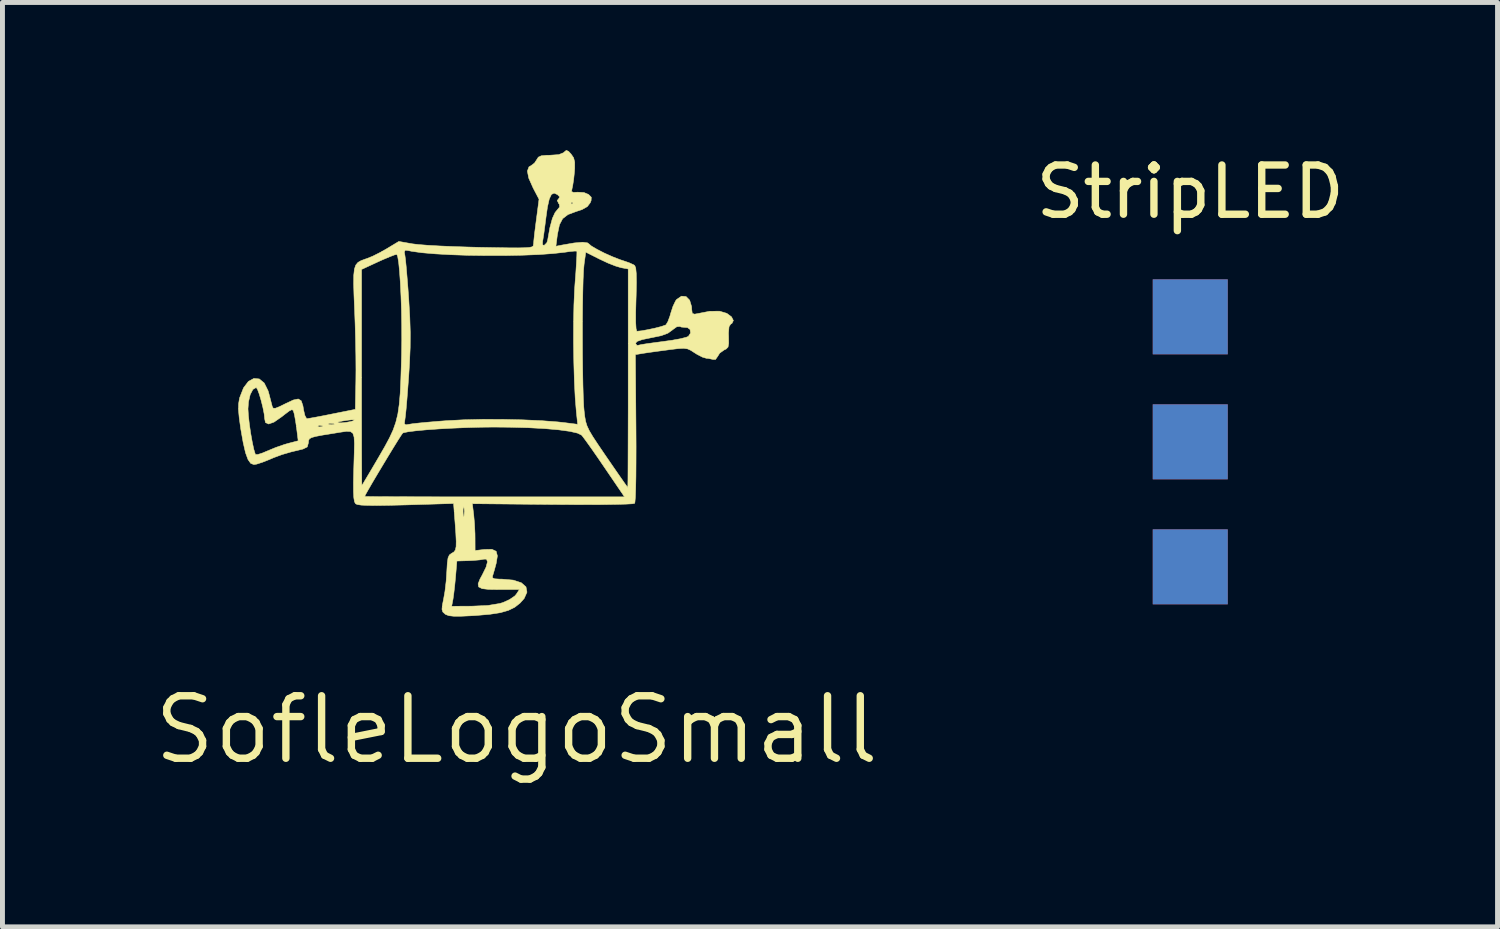
<source format=kicad_pcb>
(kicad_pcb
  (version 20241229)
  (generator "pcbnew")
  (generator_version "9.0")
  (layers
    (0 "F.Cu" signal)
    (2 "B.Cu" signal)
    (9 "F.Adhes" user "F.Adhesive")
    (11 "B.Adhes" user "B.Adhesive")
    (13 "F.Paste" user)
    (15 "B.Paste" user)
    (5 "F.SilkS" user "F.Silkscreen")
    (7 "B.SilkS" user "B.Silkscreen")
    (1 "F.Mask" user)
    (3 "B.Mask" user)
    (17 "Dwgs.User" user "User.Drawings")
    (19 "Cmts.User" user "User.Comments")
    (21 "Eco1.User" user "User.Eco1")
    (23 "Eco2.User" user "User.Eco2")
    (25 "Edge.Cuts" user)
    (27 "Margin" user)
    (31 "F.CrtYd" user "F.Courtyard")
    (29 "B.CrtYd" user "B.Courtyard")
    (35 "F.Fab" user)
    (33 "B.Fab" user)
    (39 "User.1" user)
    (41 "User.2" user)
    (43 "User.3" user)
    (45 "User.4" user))
  (footprint "StripLED"
    (layer "F.Cu")
    (at 21.136 3.388)
    (property "Reference" "StripLED" (at 0 -2.54 0) (layer "F.SilkS") (effects (font (size 1 1) (thickness 0.15))))
    (attr through_hole)
    (pad "1" smd rect (at 0 0) (size 1.524 1.524) (layers "F.Cu" "F.Mask" "F.Paste"))
    (pad "1" smd rect (at 0 5.08) (size 1.524 1.524) (layers "B.Cu" "B.Mask" "B.Paste"))
    (pad "2" smd rect (at 0 2.54) (size 1.524 1.524) (layers "F.Cu" "F.Mask" "F.Paste"))
    (pad "2" smd rect (at 0 2.54) (size 1.524 1.524) (layers "B.Cu" "B.Mask" "B.Paste"))
    (pad "3" smd rect (at 0 0) (size 1.524 1.524) (layers "B.Cu" "B.Mask" "B.Paste"))
    (pad "3" smd rect (at 0 5.08) (size 1.524 1.524) (layers "F.Cu" "F.Mask" "F.Paste")))
  (footprint "SofleLogoSmall"
    (layer "F.Cu")
    (at 7.446 11.778)
    (property "Reference" "SofleLogoSmall" (at 0 0 0) (layer "F.SilkS") (effects (font (size 1.27 1.27) (thickness 0.15))))
    (attr through_hole)
    (fp_poly (pts (xy 1.058 -11.752) (xy 1.109 -11.696) (xy 1.16 -11.622) (xy 1.182 -11.535) (xy 1.182 -11.407) (xy 1.177 -11.336) (xy 1.161 -11.183) (xy 1.141 -11.054) (xy 1.128 -10.995) (xy 1.118 -10.937) (xy 1.155 -10.918) (xy 1.24 -10.923) (xy 1.37 -10.916) (xy 1.463 -10.877) (xy 1.519 -10.82) (xy 1.515 -10.751) (xy 1.497 -10.707) (xy 1.438 -10.63) (xy 1.33 -10.569) (xy 1.211 -10.53) (xy 1.045 -10.468) (xy 0.937 -10.385) (xy 0.872 -10.261) (xy 0.833 -10.075) (xy 0.829 -10.051) (xy 0.8 -9.824) (xy 0.921 -9.848) (xy 1.169 -9.891) (xy 1.344 -9.906) (xy 1.443 -9.893) (xy 1.463 -9.878) (xy 1.521 -9.829) (xy 1.637 -9.761) (xy 1.787 -9.684) (xy 1.951 -9.611) (xy 2.105 -9.551) (xy 2.163 -9.532) (xy 2.288 -9.489) (xy 2.381 -9.447) (xy 2.402 -9.432) (xy 2.422 -9.382) (xy 2.433 -9.27) (xy 2.436 -9.089) (xy 2.431 -8.834) (xy 2.428 -8.743) (xy 2.421 -8.48) (xy 2.421 -8.281) (xy 2.429 -8.151) (xy 2.443 -8.098) (xy 2.446 -8.097) (xy 2.539 -8.106) (xy 2.672 -8.13) (xy 2.817 -8.161) (xy 2.944 -8.194) (xy 3.025 -8.222) (xy 3.037 -8.229) (xy 3.075 -8.292) (xy 3.117 -8.405) (xy 3.135 -8.469) (xy 3.179 -8.604) (xy 3.231 -8.713) (xy 3.253 -8.743) (xy 3.352 -8.81) (xy 3.445 -8.802) (xy 3.518 -8.728) (xy 3.557 -8.598) (xy 3.56 -8.54) (xy 3.571 -8.46) (xy 3.618 -8.444) (xy 3.666 -8.453) (xy 3.925 -8.503) (xy 4.125 -8.505) (xy 4.273 -8.461) (xy 4.369 -8.389) (xy 4.406 -8.315) (xy 4.377 -8.256) (xy 4.353 -8.243) (xy 4.318 -8.19) (xy 4.307 -8.061) (xy 4.309 -7.989) (xy 4.311 -7.852) (xy 4.298 -7.776) (xy 4.259 -7.736) (xy 4.219 -7.717) (xy 4.129 -7.653) (xy 4.089 -7.589) (xy 4.043 -7.523) (xy 3.998 -7.523) (xy 3.899 -7.544) (xy 3.859 -7.547) (xy 3.78 -7.57) (xy 3.669 -7.627) (xy 3.621 -7.657) (xy 3.541 -7.709) (xy 3.474 -7.739) (xy 3.396 -7.75) (xy 3.284 -7.744) (xy 3.116 -7.724) (xy 3.075 -7.718) (xy 2.886 -7.693) (xy 2.712 -7.669) (xy 2.584 -7.65) (xy 2.554 -7.645) (xy 2.415 -7.622) (xy 2.427 -6.13) (xy 2.429 -5.76) (xy 2.428 -5.427) (xy 2.426 -5.138) (xy 2.421 -4.903) (xy 2.415 -4.729) (xy 2.406 -4.626) (xy 2.4 -4.6) (xy 2.349 -4.591) (xy 2.222 -4.584) (xy 2.025 -4.579) (xy 1.768 -4.575) (xy 1.456 -4.574) (xy 1.1 -4.575) (xy 0.732 -4.577) (xy -0.898 -4.593) (xy -0.87 -4.366) (xy -0.854 -4.185) (xy -0.844 -3.983) (xy -0.843 -3.89) (xy -0.842 -3.641) (xy -0.653 -3.663) (xy -0.499 -3.666) (xy -0.414 -3.626) (xy -0.389 -3.532) (xy -0.413 -3.383) (xy -0.448 -3.253) (xy -0.478 -3.151) (xy -0.486 -3.128) (xy -0.489 -3.088) (xy -0.447 -3.067) (xy -0.342 -3.06) (xy -0.295 -3.06) (xy -0.066 -3.04) (xy 0.098 -2.986) (xy 0.192 -2.903) (xy 0.212 -2.795) (xy 0.155 -2.667) (xy 0.071 -2.573) (xy -0.037 -2.488) (xy -0.166 -2.425) (xy -0.33 -2.378) (xy -0.546 -2.345) (xy -0.828 -2.321) (xy -0.909 -2.316) (xy -1.126 -2.306) (xy -1.276 -2.306) (xy -1.373 -2.317) (xy -1.436 -2.34) (xy -1.453 -2.351) (xy -1.499 -2.394) (xy -1.515 -2.447) (xy -1.509 -2.509) (xy -1.318 -2.509) (xy -0.9 -2.511) (xy -0.582 -2.525) (xy -0.341 -2.565) (xy -0.275 -2.585) (xy -0.142 -2.645) (xy -0.037 -2.717) (xy -0.005 -2.753) (xy 0.057 -2.848) (xy -0.352 -2.848) (xy -0.564 -2.851) (xy -0.7 -2.867) (xy -0.77 -2.902) (xy -0.781 -2.964) (xy -0.743 -3.061) (xy -0.696 -3.147) (xy -0.619 -3.304) (xy -0.59 -3.413) (xy -0.611 -3.466) (xy -0.662 -3.466) (xy -0.745 -3.451) (xy -0.877 -3.44) (xy -0.974 -3.435) (xy -1.212 -3.428) (xy -1.239 -3.106) (xy -1.256 -2.928) (xy -1.275 -2.765) (xy -1.291 -2.651) (xy -1.292 -2.647) (xy -1.318 -2.509) (xy -1.509 -2.509) (xy -1.506 -2.537) (xy -1.483 -2.65) (xy -1.454 -2.815) (xy -1.43 -3.02) (xy -1.417 -3.216) (xy -1.407 -3.386) (xy -1.392 -3.491) (xy -1.365 -3.551) (xy -1.321 -3.584) (xy -1.313 -3.588) (xy -1.271 -3.614) (xy -1.243 -3.653) (xy -1.228 -3.721) (xy -1.226 -3.83) (xy -1.234 -3.995) (xy -1.251 -4.23) (xy -1.252 -4.241) (xy -1.267 -4.435) (xy -1.086 -4.435) (xy -1.082 -4.348) (xy -1.073 -4.326) (xy -1.067 -4.34) (xy -1.059 -4.441) (xy -1.066 -4.509) (xy -1.078 -4.532) (xy -1.085 -4.482) (xy -1.086 -4.435) (xy -1.267 -4.435) (xy -1.279 -4.597) (xy -2.247 -4.568) (xy -2.58 -4.56) (xy -2.836 -4.556) (xy -3.025 -4.558) (xy -3.155 -4.564) (xy -3.235 -4.576) (xy -3.271 -4.592) (xy -3.292 -4.631) (xy -3.306 -4.709) (xy -3.308 -4.74) (xy -3.086 -4.74) (xy -3.045 -4.739) (xy -2.926 -4.737) (xy -2.737 -4.736) (xy -2.485 -4.735) (xy -2.177 -4.734) (xy -1.82 -4.733) (xy -1.422 -4.732) (xy -0.989 -4.732) (xy -0.529 -4.732) (xy -0.446 -4.732) (xy 2.194 -4.732) (xy 1.791 -5.324) (xy 1.653 -5.526) (xy 1.527 -5.707) (xy 1.422 -5.854) (xy 1.349 -5.953) (xy 1.321 -5.987) (xy 1.239 -6.027) (xy 1.082 -6.063) (xy 0.856 -6.094) (xy 0.571 -6.119) (xy 0.234 -6.137) (xy -0.145 -6.147) (xy -0.464 -6.15) (xy -0.733 -6.147) (xy -1.018 -6.139) (xy -1.306 -6.127) (xy -1.582 -6.112) (xy -1.834 -6.094) (xy -2.046 -6.074) (xy -2.206 -6.054) (xy -2.299 -6.034) (xy -2.313 -6.027) (xy -2.342 -5.987) (xy -2.405 -5.889) (xy -2.493 -5.747) (xy -2.598 -5.575) (xy -2.71 -5.389) (xy -2.822 -5.202) (xy -2.924 -5.03) (xy -3.008 -4.885) (xy -3.065 -4.784) (xy -3.086 -4.74) (xy -3.086 -4.74) (xy -3.308 -4.74) (xy -3.313 -4.837) (xy -3.314 -5.025) (xy -3.308 -5.285) (xy -3.306 -5.355) (xy -3.298 -5.622) (xy -3.294 -5.816) (xy -3.301 -5.946) (xy -3.326 -6.024) (xy -3.375 -6.059) (xy -3.456 -6.063) (xy -3.575 -6.046) (xy -3.721 -6.022) (xy -3.934 -5.988) (xy -4.077 -5.961) (xy -4.165 -5.937) (xy -4.21 -5.91) (xy -4.226 -5.874) (xy -4.229 -5.83) (xy -4.253 -5.746) (xy -4.338 -5.704) (xy -4.345 -5.702) (xy -4.581 -5.645) (xy -4.766 -5.591) (xy -4.933 -5.529) (xy -5.024 -5.49) (xy -5.163 -5.435) (xy -5.281 -5.397) (xy -5.337 -5.388) (xy -5.401 -5.412) (xy -5.456 -5.489) (xy -5.507 -5.628) (xy -5.555 -5.836) (xy -5.604 -6.114) (xy -5.635 -6.337) (xy -5.65 -6.499) (xy -5.65 -6.52) (xy -5.457 -6.52) (xy -5.449 -6.388) (xy -5.43 -6.216) (xy -5.403 -6.029) (xy -5.371 -5.849) (xy -5.339 -5.699) (xy -5.31 -5.605) (xy -5.304 -5.592) (xy -5.259 -5.592) (xy -5.162 -5.623) (xy -5.065 -5.664) (xy -4.896 -5.734) (xy -4.717 -5.796) (xy -4.641 -5.818) (xy -4.437 -5.871) (xy -4.466 -6.103) (xy -4.474 -6.16) (xy -4.041 -6.16) (xy -4 -6.153) (xy -3.945 -6.161) (xy -3.944 -6.175) (xy -4.001 -6.186) (xy -4.025 -6.179) (xy -4.041 -6.16) (xy -4.474 -6.16) (xy -4.48 -6.205) (xy -3.822 -6.205) (xy -3.763 -6.199) (xy -3.703 -6.206) (xy -3.71 -6.22) (xy -3.797 -6.226) (xy -3.816 -6.22) (xy -3.822 -6.205) (xy -4.48 -6.205) (xy -4.487 -6.25) (xy -3.633 -6.25) (xy -3.619 -6.237) (xy -3.551 -6.236) (xy -3.457 -6.246) (xy -3.366 -6.263) (xy -3.319 -6.278) (xy -3.294 -6.298) (xy -3.352 -6.298) (xy -3.425 -6.29) (xy -3.543 -6.272) (xy -3.619 -6.255) (xy -3.633 -6.25) (xy -4.487 -6.25) (xy -4.487 -6.254) (xy -4.51 -6.385) (xy -4.522 -6.437) (xy -4.539 -6.488) (xy -4.564 -6.504) (xy -4.616 -6.479) (xy -4.709 -6.409) (xy -4.771 -6.36) (xy -4.928 -6.251) (xy -5.038 -6.212) (xy -5.102 -6.242) (xy -5.118 -6.32) (xy -5.128 -6.416) (xy -5.154 -6.548) (xy -5.19 -6.692) (xy -5.229 -6.823) (xy -5.265 -6.919) (xy -5.29 -6.954) (xy -5.357 -6.915) (xy -5.412 -6.81) (xy -5.447 -6.659) (xy -5.457 -6.52) (xy -5.65 -6.52) (xy -5.648 -6.623) (xy -5.63 -6.73) (xy -5.625 -6.749) (xy -5.548 -6.946) (xy -5.449 -7.077) (xy -5.338 -7.138) (xy -5.227 -7.128) (xy -5.127 -7.045) (xy -5.049 -6.888) (xy -5.035 -6.841) (xy -5 -6.707) (xy -4.972 -6.599) (xy -4.964 -6.567) (xy -4.945 -6.534) (xy -4.901 -6.532) (xy -4.815 -6.566) (xy -4.692 -6.627) (xy -4.536 -6.7) (xy -4.435 -6.721) (xy -4.375 -6.684) (xy -4.341 -6.584) (xy -4.326 -6.494) (xy -4.301 -6.386) (xy -4.268 -6.326) (xy -4.255 -6.321) (xy -4.197 -6.33) (xy -4.074 -6.352) (xy -3.906 -6.384) (xy -3.742 -6.417) (xy -3.276 -6.51) (xy -3.265 -7.08) (xy -3.263 -7.311) (xy -3.265 -7.6) (xy -3.271 -7.922) (xy -3.28 -8.249) (xy -3.29 -8.516) (xy -3.303 -8.826) (xy -3.31 -9.061) (xy -3.308 -9.235) (xy -3.295 -9.353) (xy -3.149 -9.353) (xy -3.149 -7.159) (xy -3.149 -6.737) (xy -3.149 -6.341) (xy -3.148 -5.981) (xy -3.148 -5.662) (xy -3.147 -5.394) (xy -3.146 -5.184) (xy -3.145 -5.04) (xy -3.143 -4.97) (xy -3.143 -4.965) (xy -3.12 -4.999) (xy -3.063 -5.095) (xy -2.977 -5.239) (xy -2.871 -5.419) (xy -2.796 -5.547) (xy -2.677 -5.753) (xy -2.582 -5.93) (xy -2.508 -6.09) (xy -2.453 -6.247) (xy -2.412 -6.415) (xy -2.384 -6.608) (xy -2.364 -6.839) (xy -2.351 -7.123) (xy -2.34 -7.473) (xy -2.336 -7.617) (xy -2.332 -7.908) (xy -2.333 -8.212) (xy -2.338 -8.517) (xy -2.348 -8.81) (xy -2.361 -9.079) (xy -2.377 -9.311) (xy -2.395 -9.494) (xy -2.415 -9.615) (xy -2.432 -9.658) (xy -2.475 -9.65) (xy -2.577 -9.611) (xy -2.719 -9.551) (xy -2.799 -9.515) (xy -3.149 -9.353) (xy -3.295 -9.353) (xy -3.295 -9.358) (xy -3.267 -9.441) (xy -3.223 -9.495) (xy -3.159 -9.532) (xy -3.073 -9.564) (xy -3.039 -9.575) (xy -2.921 -9.623) (xy -2.768 -9.7) (xy -2.751 -9.709) (xy -2.28 -9.709) (xy -2.268 -9.638) (xy -2.257 -9.557) (xy -2.242 -9.408) (xy -2.225 -9.206) (xy -2.206 -8.969) (xy -2.19 -8.743) (xy -2.169 -8.382) (xy -2.159 -8.069) (xy -2.161 -7.767) (xy -2.175 -7.442) (xy -2.19 -7.198) (xy -2.209 -6.942) (xy -2.227 -6.708) (xy -2.244 -6.512) (xy -2.259 -6.37) (xy -2.268 -6.302) (xy -2.279 -6.218) (xy -2.251 -6.195) (xy -2.192 -6.205) (xy -2.117 -6.217) (xy -1.973 -6.233) (xy -1.78 -6.251) (xy -1.553 -6.27) (xy -1.414 -6.28) (xy -1.074 -6.298) (xy -0.688 -6.307) (xy -0.281 -6.306) (xy 0.124 -6.297) (xy 0.504 -6.28) (xy 0.835 -6.255) (xy 0.973 -6.24) (xy 1.242 -6.206) (xy 1.215 -6.464) (xy 1.192 -6.744) (xy 1.175 -7.087) (xy 1.164 -7.469) (xy 1.158 -7.868) (xy 1.158 -7.958) (xy 1.339 -7.958) (xy 1.34 -7.625) (xy 1.344 -7.306) (xy 1.349 -7.015) (xy 1.356 -6.766) (xy 1.365 -6.573) (xy 1.373 -6.481) (xy 1.387 -6.362) (xy 1.404 -6.265) (xy 1.432 -6.175) (xy 1.478 -6.077) (xy 1.549 -5.957) (xy 1.653 -5.799) (xy 1.795 -5.59) (xy 1.83 -5.539) (xy 1.967 -5.34) (xy 2.086 -5.168) (xy 2.18 -5.033) (xy 2.241 -4.948) (xy 2.261 -4.922) (xy 2.262 -4.963) (xy 2.264 -5.081) (xy 2.265 -5.268) (xy 2.266 -5.516) (xy 2.267 -5.818) (xy 2.268 -6.165) (xy 2.269 -6.549) (xy 2.269 -6.964) (xy 2.269 -7.142) (xy 2.269 -7.852) (xy 2.417 -7.852) (xy 2.446 -7.81) (xy 2.471 -7.812) (xy 2.533 -7.826) (xy 2.659 -7.846) (xy 2.829 -7.869) (xy 2.973 -7.888) (xy 3.166 -7.915) (xy 3.331 -7.945) (xy 3.449 -7.975) (xy 3.492 -7.993) (xy 3.536 -8.061) (xy 3.526 -8.133) (xy 3.47 -8.174) (xy 3.439 -8.174) (xy 3.348 -8.182) (xy 3.32 -8.194) (xy 3.257 -8.189) (xy 3.172 -8.128) (xy 3.167 -8.123) (xy 3.075 -8.057) (xy 2.94 -8.007) (xy 2.741 -7.966) (xy 2.74 -7.966) (xy 2.556 -7.928) (xy 2.451 -7.891) (xy 2.417 -7.852) (xy 2.269 -7.852) (xy 2.269 -9.362) (xy 2.124 -9.389) (xy 2.013 -9.422) (xy 1.86 -9.482) (xy 1.698 -9.558) (xy 1.693 -9.56) (xy 1.407 -9.704) (xy 1.373 -9.461) (xy 1.362 -9.34) (xy 1.353 -9.149) (xy 1.347 -8.901) (xy 1.342 -8.61) (xy 1.339 -8.291) (xy 1.339 -7.958) (xy 1.158 -7.958) (xy 1.159 -8.263) (xy 1.166 -8.631) (xy 1.18 -8.949) (xy 1.188 -9.064) (xy 1.205 -9.288) (xy 1.217 -9.48) (xy 1.225 -9.626) (xy 1.227 -9.71) (xy 1.225 -9.725) (xy 1.179 -9.726) (xy 1.075 -9.716) (xy 0.978 -9.702) (xy 0.742 -9.676) (xy 0.45 -9.655) (xy 0.116 -9.642) (xy -0.246 -9.635) (xy -0.618 -9.635) (xy -0.988 -9.64) (xy -1.339 -9.652) (xy -1.657 -9.67) (xy -1.927 -9.693) (xy -2.132 -9.722) (xy -2.192 -9.735) (xy -2.262 -9.745) (xy -2.28 -9.709) (xy -2.751 -9.709) (xy -2.639 -9.773) (xy -2.392 -9.922) (xy -2.114 -9.873) (xy -1.995 -9.859) (xy -1.806 -9.844) (xy -1.563 -9.83) (xy -1.281 -9.818) (xy -0.975 -9.808) (xy -0.747 -9.802) (xy -0.415 -9.796) (xy -0.159 -9.792) (xy 0.033 -9.791) (xy 0.168 -9.794) (xy 0.257 -9.8) (xy 0.31 -9.811) (xy 0.336 -9.827) (xy 0.344 -9.849) (xy 0.344 -9.851) (xy 0.528 -9.851) (xy 0.563 -9.843) (xy 0.615 -9.895) (xy 0.631 -9.942) (xy 0.678 -10.203) (xy 0.728 -10.389) (xy 0.783 -10.509) (xy 0.818 -10.552) (xy 0.876 -10.622) (xy 0.868 -10.679) (xy 0.855 -10.695) (xy 0.853 -10.701) (xy 1.105 -10.701) (xy 1.126 -10.68) (xy 1.147 -10.701) (xy 1.126 -10.722) (xy 1.105 -10.701) (xy 0.853 -10.701) (xy 0.826 -10.754) (xy 0.855 -10.788) (xy 0.877 -10.827) (xy 0.831 -10.874) (xy 0.763 -10.904) (xy 0.708 -10.876) (xy 0.665 -10.784) (xy 0.628 -10.62) (xy 0.6 -10.423) (xy 0.576 -10.236) (xy 0.554 -10.072) (xy 0.536 -9.956) (xy 0.53 -9.924) (xy 0.528 -9.851) (xy 0.344 -9.851) (xy 0.345 -9.86) (xy 0.351 -9.934) (xy 0.365 -10.07) (xy 0.387 -10.245) (xy 0.402 -10.36) (xy 0.457 -10.78) (xy 0.337 -11.009) (xy 0.248 -11.209) (xy 0.22 -11.352) (xy 0.253 -11.438) (xy 0.29 -11.459) (xy 0.365 -11.515) (xy 0.407 -11.579) (xy 0.443 -11.635) (xy 0.504 -11.663) (xy 0.614 -11.673) (xy 0.682 -11.674) (xy 0.857 -11.686) (xy 0.956 -11.725) (xy 0.967 -11.737) (xy 1.011 -11.773) (xy 1.058 -11.752)) (stroke (width 0.01) (type solid)) (fill yes) (layer "F.SilkS")))
  (gr_rect
    (start -3 -3)
    (end 27.38 15.784)
    (stroke (width 0.1) (type default))
    (fill no)
    (layer "Edge.Cuts")))
</source>
